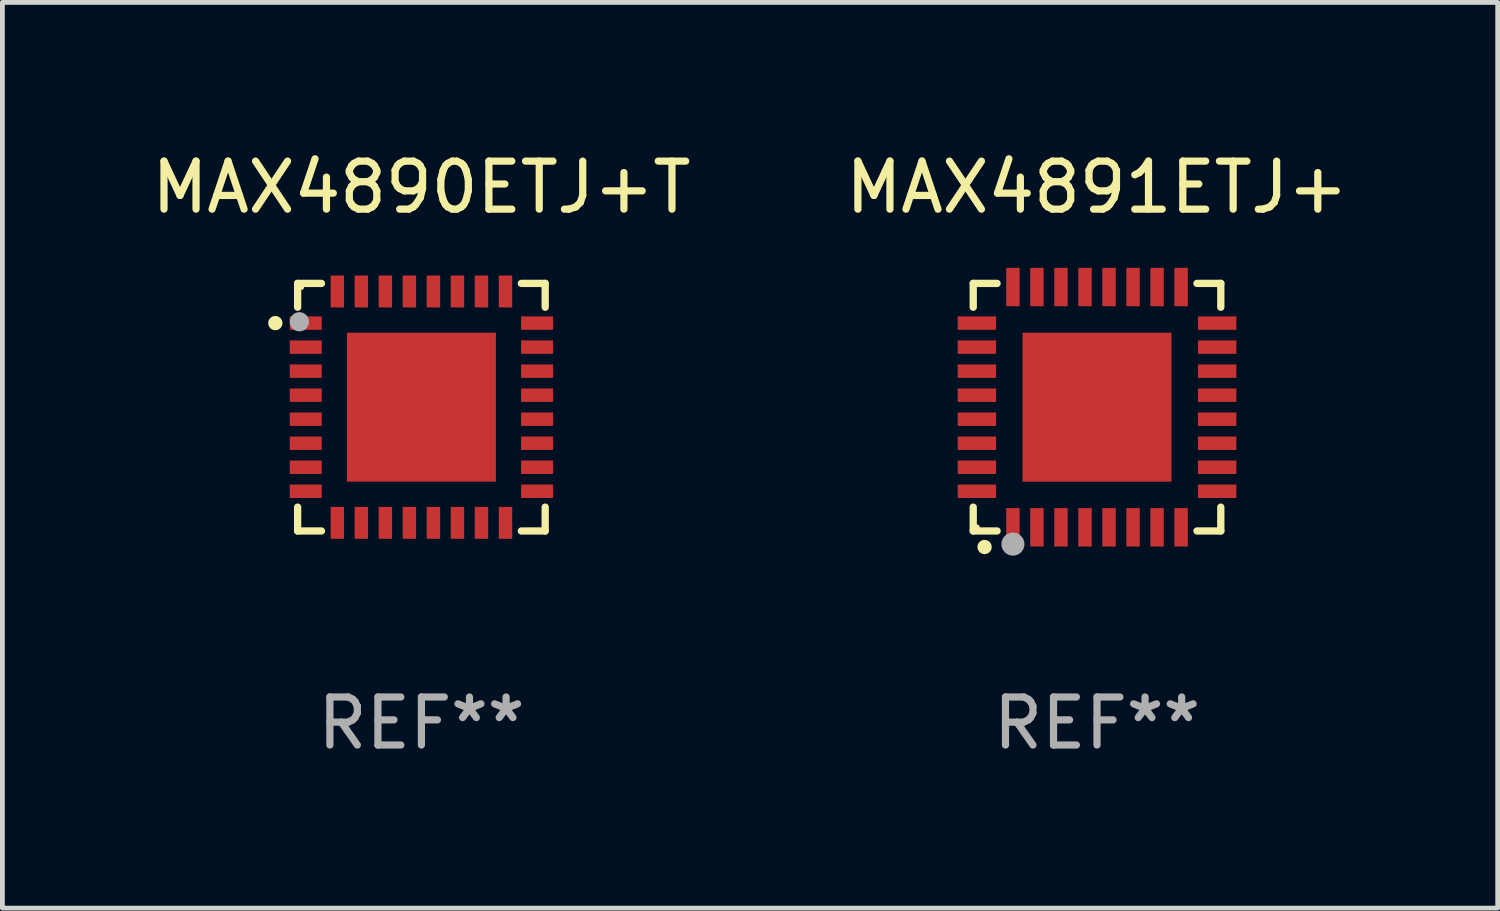
<source format=kicad_pcb>
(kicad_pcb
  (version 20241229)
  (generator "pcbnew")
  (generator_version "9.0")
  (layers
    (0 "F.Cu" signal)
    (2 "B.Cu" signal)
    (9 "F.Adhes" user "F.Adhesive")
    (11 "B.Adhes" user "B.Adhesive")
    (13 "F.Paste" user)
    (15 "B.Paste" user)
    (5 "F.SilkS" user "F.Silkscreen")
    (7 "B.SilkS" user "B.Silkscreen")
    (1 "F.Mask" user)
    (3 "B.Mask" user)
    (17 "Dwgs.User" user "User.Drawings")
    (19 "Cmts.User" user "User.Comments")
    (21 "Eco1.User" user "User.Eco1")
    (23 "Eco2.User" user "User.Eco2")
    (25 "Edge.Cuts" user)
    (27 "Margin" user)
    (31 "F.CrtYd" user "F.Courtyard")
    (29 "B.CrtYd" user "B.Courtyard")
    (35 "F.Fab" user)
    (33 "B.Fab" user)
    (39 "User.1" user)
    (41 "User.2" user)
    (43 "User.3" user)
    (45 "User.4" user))
  (footprint "MAX4891ETJ+"
    (layer "F.Cu")
    (at 19.78 5.424)
    (property "Reference" "MAX4891ETJ+" (at 0 -4.576 0) (layer "F.SilkS") (effects (font (size 1 1) (thickness 0.15))))
    (attr through_hole)
    (fp_line (start -2.576 -2.576) (end -2.08 -2.576) (stroke (width 0.152) (type solid)) (layer "F.SilkS"))
    (fp_line (start -2.576 -2.08) (end -2.576 -2.576) (stroke (width 0.152) (type solid)) (layer "F.SilkS"))
    (fp_line (start -2.576 2.08) (end -2.576 2.576) (stroke (width 0.152) (type solid)) (layer "F.SilkS"))
    (fp_line (start -2.576 2.576) (end -2.08 2.576) (stroke (width 0.152) (type solid)) (layer "F.SilkS"))
    (fp_line (start 2.576 -2.576) (end 2.08 -2.576) (stroke (width 0.152) (type solid)) (layer "F.SilkS"))
    (fp_line (start 2.576 -2.08) (end 2.576 -2.576) (stroke (width 0.152) (type solid)) (layer "F.SilkS"))
    (fp_line (start 2.576 2.08) (end 2.576 2.576) (stroke (width 0.152) (type solid)) (layer "F.SilkS"))
    (fp_line (start 2.576 2.576) (end 2.08 2.576) (stroke (width 0.152) (type solid)) (layer "F.SilkS"))
    (fp_circle (center -2.5 2.5) (end -2.47 2.5) (stroke (width 0.06) (type solid)) (fill no) (layer "F.SilkS"))
    (fp_circle (center -2.34 2.91) (end -2.265 2.91) (stroke (width 0.15) (type solid)) (fill no) (layer "F.SilkS"))
    (fp_circle (center -1.75 2.85) (end -1.63 2.85) (stroke (width 0.24) (type solid)) (fill no) (layer "F.Fab"))
    (fp_text user "REF**" (at 0 6.576 0) (layer "F.Fab") (effects (font (size 1 1) (thickness 0.15))))
    (pad "1" smd rect (at -1.75 2.5) (size 0.28 0.8) (layers "F.Cu" "F.Mask" "F.Paste"))
    (pad "2" smd rect (at -1.25 2.5) (size 0.28 0.8) (layers "F.Cu" "F.Mask" "F.Paste"))
    (pad "3" smd rect (at -0.75 2.5) (size 0.28 0.8) (layers "F.Cu" "F.Mask" "F.Paste"))
    (pad "4" smd rect (at -0.25 2.5) (size 0.28 0.8) (layers "F.Cu" "F.Mask" "F.Paste"))
    (pad "5" smd rect (at 0.25 2.5) (size 0.28 0.8) (layers "F.Cu" "F.Mask" "F.Paste"))
    (pad "6" smd rect (at 0.75 2.5) (size 0.28 0.8) (layers "F.Cu" "F.Mask" "F.Paste"))
    (pad "7" smd rect (at 1.25 2.5) (size 0.28 0.8) (layers "F.Cu" "F.Mask" "F.Paste"))
    (pad "8" smd rect (at 1.75 2.5) (size 0.28 0.8) (layers "F.Cu" "F.Mask" "F.Paste"))
    (pad "9" smd rect (at 2.5 1.75) (size 0.8 0.28) (layers "F.Cu" "F.Mask" "F.Paste"))
    (pad "10" smd rect (at 2.5 1.25) (size 0.8 0.28) (layers "F.Cu" "F.Mask" "F.Paste"))
    (pad "11" smd rect (at 2.5 0.75) (size 0.8 0.28) (layers "F.Cu" "F.Mask" "F.Paste"))
    (pad "12" smd rect (at 2.5 0.25) (size 0.8 0.28) (layers "F.Cu" "F.Mask" "F.Paste"))
    (pad "13" smd rect (at 2.5 -0.25) (size 0.8 0.28) (layers "F.Cu" "F.Mask" "F.Paste"))
    (pad "14" smd rect (at 2.5 -0.75) (size 0.8 0.28) (layers "F.Cu" "F.Mask" "F.Paste"))
    (pad "15" smd rect (at 2.5 -1.25) (size 0.8 0.28) (layers "F.Cu" "F.Mask" "F.Paste"))
    (pad "16" smd rect (at 2.5 -1.75) (size 0.8 0.28) (layers "F.Cu" "F.Mask" "F.Paste"))
    (pad "17" smd rect (at 1.75 -2.5) (size 0.28 0.8) (layers "F.Cu" "F.Mask" "F.Paste"))
    (pad "18" smd rect (at 1.25 -2.5) (size 0.28 0.8) (layers "F.Cu" "F.Mask" "F.Paste"))
    (pad "19" smd rect (at 0.75 -2.5) (size 0.28 0.8) (layers "F.Cu" "F.Mask" "F.Paste"))
    (pad "20" smd rect (at 0.25 -2.5) (size 0.28 0.8) (layers "F.Cu" "F.Mask" "F.Paste"))
    (pad "21" smd rect (at -0.25 -2.5) (size 0.28 0.8) (layers "F.Cu" "F.Mask" "F.Paste"))
    (pad "22" smd rect (at -0.75 -2.5) (size 0.28 0.8) (layers "F.Cu" "F.Mask" "F.Paste"))
    (pad "23" smd rect (at -1.25 -2.5) (size 0.28 0.8) (layers "F.Cu" "F.Mask" "F.Paste"))
    (pad "24" smd rect (at -1.75 -2.5) (size 0.28 0.8) (layers "F.Cu" "F.Mask" "F.Paste"))
    (pad "25" smd rect (at -2.5 -1.75) (size 0.8 0.28) (layers "F.Cu" "F.Mask" "F.Paste"))
    (pad "26" smd rect (at -2.5 -1.25) (size 0.8 0.28) (layers "F.Cu" "F.Mask" "F.Paste"))
    (pad "27" smd rect (at -2.5 -0.75) (size 0.8 0.28) (layers "F.Cu" "F.Mask" "F.Paste"))
    (pad "28" smd rect (at -2.5 -0.25) (size 0.8 0.28) (layers "F.Cu" "F.Mask" "F.Paste"))
    (pad "29" smd rect (at -2.5 0.25) (size 0.8 0.28) (layers "F.Cu" "F.Mask" "F.Paste"))
    (pad "30" smd rect (at -2.5 0.75) (size 0.8 0.28) (layers "F.Cu" "F.Mask" "F.Paste"))
    (pad "31" smd rect (at -2.5 1.25) (size 0.8 0.28) (layers "F.Cu" "F.Mask" "F.Paste"))
    (pad "32" smd rect (at -2.5 1.75) (size 0.8 0.28) (layers "F.Cu" "F.Mask" "F.Paste"))
    (pad "33" smd rect (at 0 0) (size 3.1 3.1) (layers "F.Cu" "F.Mask" "F.Paste")))
  (footprint "MAX4890ETJ+T"
    (layer "F.Cu")
    (at 5.72 5.424)
    (property "Reference" "MAX4890ETJ+T" (at 0 -4.576 0) (layer "F.SilkS") (effects (font (size 1 1) (thickness 0.15))))
    (attr through_hole)
    (fp_line (start -2.576 -2.576) (end -2.576 -2.08) (stroke (width 0.152) (type solid)) (layer "F.SilkS"))
    (fp_line (start -2.576 2.576) (end -2.576 2.08) (stroke (width 0.152) (type solid)) (layer "F.SilkS"))
    (fp_line (start -2.08 -2.576) (end -2.576 -2.576) (stroke (width 0.152) (type solid)) (layer "F.SilkS"))
    (fp_line (start -2.08 2.576) (end -2.576 2.576) (stroke (width 0.152) (type solid)) (layer "F.SilkS"))
    (fp_line (start 2.08 -2.576) (end 2.576 -2.576) (stroke (width 0.152) (type solid)) (layer "F.SilkS"))
    (fp_line (start 2.08 2.576) (end 2.576 2.576) (stroke (width 0.152) (type solid)) (layer "F.SilkS"))
    (fp_line (start 2.576 -2.576) (end 2.576 -2.08) (stroke (width 0.152) (type solid)) (layer "F.SilkS"))
    (fp_line (start 2.576 2.576) (end 2.576 2.08) (stroke (width 0.152) (type solid)) (layer "F.SilkS"))
    (fp_circle (center -3.04 -1.75) (end -2.965 -1.75) (stroke (width 0.15) (type solid)) (fill no) (layer "F.SilkS"))
    (fp_circle (center -2.5 -2.5) (end -2.47 -2.5) (stroke (width 0.06) (type solid)) (fill no) (layer "F.SilkS"))
    (fp_circle (center -2.54 -1.778) (end -2.44 -1.778) (stroke (width 0.2) (type solid)) (fill no) (layer "F.Fab"))
    (fp_text user "REF**" (at 0 6.576 0) (layer "F.Fab") (effects (font (size 1 1) (thickness 0.15))))
    (pad "1" smd rect (at -2.407 -1.75) (size 0.665 0.28) (layers "F.Cu" "F.Mask" "F.Paste"))
    (pad "2" smd rect (at -2.407 -1.25) (size 0.665 0.28) (layers "F.Cu" "F.Mask" "F.Paste"))
    (pad "3" smd rect (at -2.407 -0.75) (size 0.665 0.28) (layers "F.Cu" "F.Mask" "F.Paste"))
    (pad "4" smd rect (at -2.407 -0.25) (size 0.665 0.28) (layers "F.Cu" "F.Mask" "F.Paste"))
    (pad "5" smd rect (at -2.407 0.25) (size 0.665 0.28) (layers "F.Cu" "F.Mask" "F.Paste"))
    (pad "6" smd rect (at -2.407 0.75) (size 0.665 0.28) (layers "F.Cu" "F.Mask" "F.Paste"))
    (pad "7" smd rect (at -2.407 1.25) (size 0.665 0.28) (layers "F.Cu" "F.Mask" "F.Paste"))
    (pad "8" smd rect (at -2.407 1.75) (size 0.665 0.28) (layers "F.Cu" "F.Mask" "F.Paste"))
    (pad "9" smd rect (at -1.75 2.407) (size 0.28 0.665) (layers "F.Cu" "F.Mask" "F.Paste"))
    (pad "10" smd rect (at -1.25 2.407) (size 0.28 0.665) (layers "F.Cu" "F.Mask" "F.Paste"))
    (pad "11" smd rect (at -0.75 2.407) (size 0.28 0.665) (layers "F.Cu" "F.Mask" "F.Paste"))
    (pad "12" smd rect (at -0.25 2.407) (size 0.28 0.665) (layers "F.Cu" "F.Mask" "F.Paste"))
    (pad "13" smd rect (at 0.25 2.407) (size 0.28 0.665) (layers "F.Cu" "F.Mask" "F.Paste"))
    (pad "14" smd rect (at 0.75 2.407) (size 0.28 0.665) (layers "F.Cu" "F.Mask" "F.Paste"))
    (pad "15" smd rect (at 1.25 2.407) (size 0.28 0.665) (layers "F.Cu" "F.Mask" "F.Paste"))
    (pad "16" smd rect (at 1.75 2.407) (size 0.28 0.665) (layers "F.Cu" "F.Mask" "F.Paste"))
    (pad "17" smd rect (at 2.407 1.75) (size 0.665 0.28) (layers "F.Cu" "F.Mask" "F.Paste"))
    (pad "18" smd rect (at 2.407 1.25) (size 0.665 0.28) (layers "F.Cu" "F.Mask" "F.Paste"))
    (pad "19" smd rect (at 2.407 0.75) (size 0.665 0.28) (layers "F.Cu" "F.Mask" "F.Paste"))
    (pad "20" smd rect (at 2.407 0.25) (size 0.665 0.28) (layers "F.Cu" "F.Mask" "F.Paste"))
    (pad "21" smd rect (at 2.407 -0.25) (size 0.665 0.28) (layers "F.Cu" "F.Mask" "F.Paste"))
    (pad "22" smd rect (at 2.407 -0.75) (size 0.665 0.28) (layers "F.Cu" "F.Mask" "F.Paste"))
    (pad "23" smd rect (at 2.407 -1.25) (size 0.665 0.28) (layers "F.Cu" "F.Mask" "F.Paste"))
    (pad "24" smd rect (at 2.407 -1.75) (size 0.665 0.28) (layers "F.Cu" "F.Mask" "F.Paste"))
    (pad "25" smd rect (at 1.75 -2.408) (size 0.28 0.665) (layers "F.Cu" "F.Mask" "F.Paste"))
    (pad "26" smd rect (at 1.25 -2.408) (size 0.28 0.665) (layers "F.Cu" "F.Mask" "F.Paste"))
    (pad "27" smd rect (at 0.75 -2.408) (size 0.28 0.665) (layers "F.Cu" "F.Mask" "F.Paste"))
    (pad "28" smd rect (at 0.25 -2.408) (size 0.28 0.665) (layers "F.Cu" "F.Mask" "F.Paste"))
    (pad "29" smd rect (at -0.25 -2.408) (size 0.28 0.665) (layers "F.Cu" "F.Mask" "F.Paste"))
    (pad "30" smd rect (at -0.75 -2.408) (size 0.28 0.665) (layers "F.Cu" "F.Mask" "F.Paste"))
    (pad "31" smd rect (at -1.25 -2.408) (size 0.28 0.665) (layers "F.Cu" "F.Mask" "F.Paste"))
    (pad "32" smd rect (at -1.75 -2.408) (size 0.28 0.665) (layers "F.Cu" "F.Mask" "F.Paste"))
    (pad "33" smd rect (at -0.000076 -0.000102) (size 3.1 3.1) (layers "F.Cu" "F.Mask" "F.Paste")))
  (gr_rect
    (start -3 -3)
    (end 28.119 15.849)
    (stroke (width 0.1) (type default))
    (fill no)
    (layer "Edge.Cuts")))
</source>
